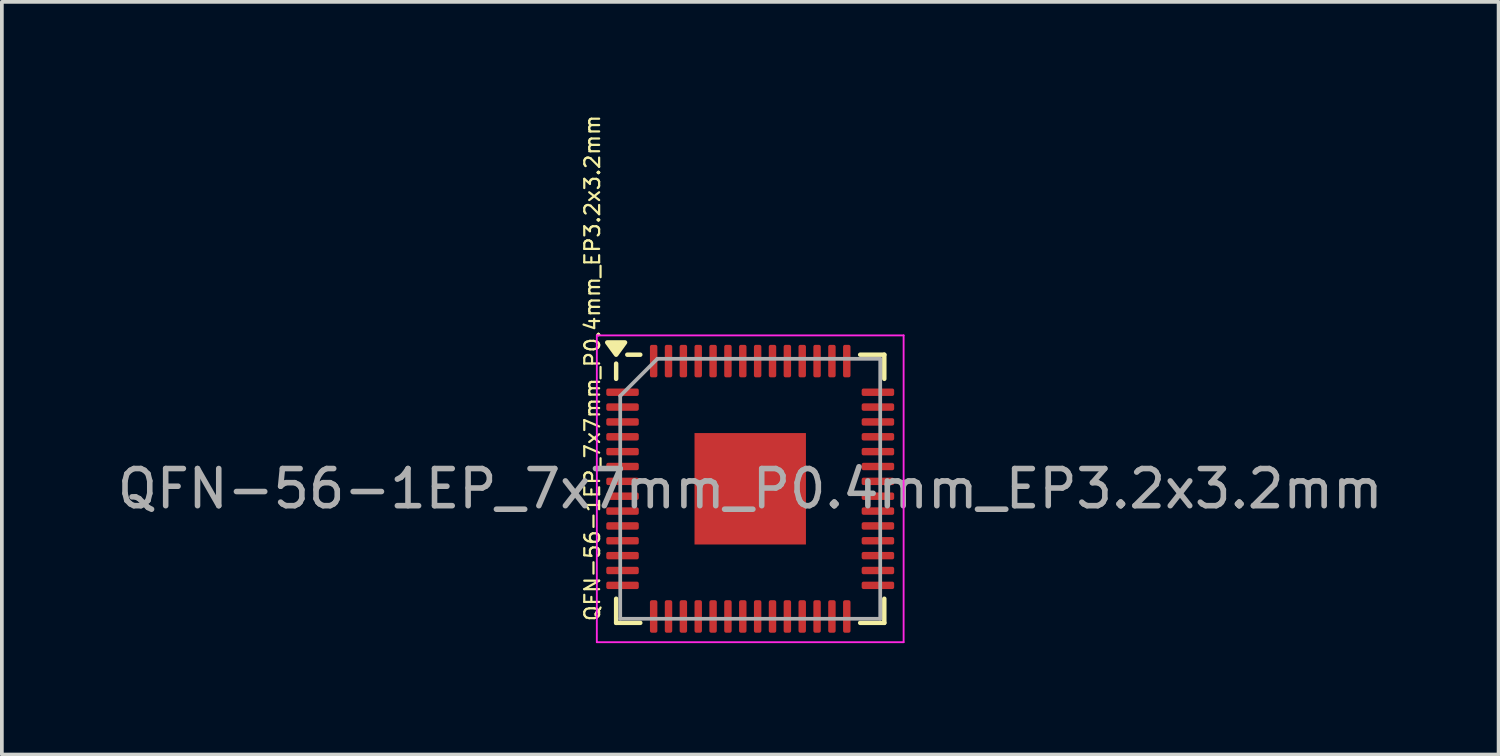
<source format=kicad_pcb>
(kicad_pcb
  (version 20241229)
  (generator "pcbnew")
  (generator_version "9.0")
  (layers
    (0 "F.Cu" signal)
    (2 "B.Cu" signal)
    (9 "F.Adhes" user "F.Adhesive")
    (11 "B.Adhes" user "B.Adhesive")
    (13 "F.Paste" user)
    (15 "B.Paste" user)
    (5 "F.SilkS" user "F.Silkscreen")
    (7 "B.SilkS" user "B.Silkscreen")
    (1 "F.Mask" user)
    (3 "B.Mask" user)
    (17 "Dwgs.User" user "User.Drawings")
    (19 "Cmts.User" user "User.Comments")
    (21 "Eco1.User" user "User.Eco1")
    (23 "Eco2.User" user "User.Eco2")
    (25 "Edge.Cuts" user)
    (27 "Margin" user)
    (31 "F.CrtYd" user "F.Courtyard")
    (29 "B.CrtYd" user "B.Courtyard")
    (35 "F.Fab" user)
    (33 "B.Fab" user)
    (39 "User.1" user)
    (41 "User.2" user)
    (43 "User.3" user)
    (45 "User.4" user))
  (footprint "QFN-56-1EP_7x7mm_P0.4mm_EP3.2x3.2mm"
    (layer "F.Cu")
    (at 17.149 10.11)
    (property "Reference" "QFN-56-1EP_7x7mm_P0.4mm_EP3.2x3.2mm" (at -4.25 -3.25 90) (layer "F.SilkS") (effects (font (size 0.4 0.4) (thickness 0.06))))
    (attr smd)
    (fp_line (start -3.61 -2.96) (end -3.61 -3.37) (stroke (width 0.12) (type solid)) (layer "F.SilkS"))
    (fp_line (start -3.61 3.61) (end -3.61 2.96) (stroke (width 0.12) (type solid)) (layer "F.SilkS"))
    (fp_line (start -2.96 -3.61) (end -3.31 -3.61) (stroke (width 0.12) (type solid)) (layer "F.SilkS"))
    (fp_line (start -2.96 3.61) (end -3.61 3.61) (stroke (width 0.12) (type solid)) (layer "F.SilkS"))
    (fp_line (start 2.96 -3.61) (end 3.61 -3.61) (stroke (width 0.12) (type solid)) (layer "F.SilkS"))
    (fp_line (start 2.96 3.61) (end 3.61 3.61) (stroke (width 0.12) (type solid)) (layer "F.SilkS"))
    (fp_line (start 3.61 -3.61) (end 3.61 -2.96) (stroke (width 0.12) (type solid)) (layer "F.SilkS"))
    (fp_line (start 3.61 3.61) (end 3.61 2.96) (stroke (width 0.12) (type solid)) (layer "F.SilkS"))
    (fp_poly (pts (xy -3.61 -3.61) (xy -3.85 -3.94) (xy -3.37 -3.94) (xy -3.61 -3.61)) (stroke (width 0.12) (type solid)) (fill yes) (layer "F.SilkS"))
    (fp_line (start -4.13 -4.13) (end -4.13 4.13) (stroke (width 0.05) (type solid)) (layer "F.CrtYd"))
    (fp_line (start -4.13 4.13) (end 4.13 4.13) (stroke (width 0.05) (type solid)) (layer "F.CrtYd"))
    (fp_line (start 4.13 -4.13) (end -4.13 -4.13) (stroke (width 0.05) (type solid)) (layer "F.CrtYd"))
    (fp_line (start 4.13 4.13) (end 4.13 -4.13) (stroke (width 0.05) (type solid)) (layer "F.CrtYd"))
    (fp_line (start -3.5 -2.5) (end -2.5 -3.5) (stroke (width 0.1) (type solid)) (layer "F.Fab"))
    (fp_line (start -3.5 3.5) (end -3.5 -2.5) (stroke (width 0.1) (type solid)) (layer "F.Fab"))
    (fp_line (start -2.5 -3.5) (end 3.5 -3.5) (stroke (width 0.1) (type solid)) (layer "F.Fab"))
    (fp_line (start 3.5 -3.5) (end 3.5 3.5) (stroke (width 0.1) (type solid)) (layer "F.Fab"))
    (fp_line (start 3.5 3.5) (end -3.5 3.5) (stroke (width 0.1) (type solid)) (layer "F.Fab"))
    (fp_text user "${REFERENCE}" (at 0 0 0) (layer "F.Fab") (effects (font (size 1 1) (thickness 0.15))))
    (pad "" smd roundrect (at -0.8 -0.8 180) (size 1.29 1.29) (layers "F.Paste") (roundrect_rratio 0.194))
    (pad "" smd roundrect (at -0.8 0.8 180) (size 1.29 1.29) (layers "F.Paste") (roundrect_rratio 0.194))
    (pad "" smd roundrect (at 0.8 -0.8 180) (size 1.29 1.29) (layers "F.Paste") (roundrect_rratio 0.194))
    (pad "" smd roundrect (at 0.8 0.8 180) (size 1.29 1.29) (layers "F.Paste") (roundrect_rratio 0.194))
    (pad "1" smd roundrect (at -3.438 -2.6 180) (size 0.875 0.2) (layers "F.Cu" "F.Mask" "F.Paste") (roundrect_rratio 0.25))
    (pad "2" smd roundrect (at -3.438 -2.2 180) (size 0.875 0.2) (layers "F.Cu" "F.Mask" "F.Paste") (roundrect_rratio 0.25))
    (pad "3" smd roundrect (at -3.438 -1.8 180) (size 0.875 0.2) (layers "F.Cu" "F.Mask" "F.Paste") (roundrect_rratio 0.25))
    (pad "4" smd roundrect (at -3.438 -1.4 180) (size 0.875 0.2) (layers "F.Cu" "F.Mask" "F.Paste") (roundrect_rratio 0.25))
    (pad "5" smd roundrect (at -3.438 -1 180) (size 0.875 0.2) (layers "F.Cu" "F.Mask" "F.Paste") (roundrect_rratio 0.25))
    (pad "6" smd roundrect (at -3.438 -0.6 180) (size 0.875 0.2) (layers "F.Cu" "F.Mask" "F.Paste") (roundrect_rratio 0.25))
    (pad "7" smd roundrect (at -3.438 -0.2 180) (size 0.875 0.2) (layers "F.Cu" "F.Mask" "F.Paste") (roundrect_rratio 0.25))
    (pad "8" smd roundrect (at -3.438 0.2 180) (size 0.875 0.2) (layers "F.Cu" "F.Mask" "F.Paste") (roundrect_rratio 0.25))
    (pad "9" smd roundrect (at -3.438 0.6 180) (size 0.875 0.2) (layers "F.Cu" "F.Mask" "F.Paste") (roundrect_rratio 0.25))
    (pad "10" smd roundrect (at -3.438 1 180) (size 0.875 0.2) (layers "F.Cu" "F.Mask" "F.Paste") (roundrect_rratio 0.25))
    (pad "11" smd roundrect (at -3.438 1.4 180) (size 0.875 0.2) (layers "F.Cu" "F.Mask" "F.Paste") (roundrect_rratio 0.25))
    (pad "12" smd roundrect (at -3.438 1.8 180) (size 0.875 0.2) (layers "F.Cu" "F.Mask" "F.Paste") (roundrect_rratio 0.25))
    (pad "13" smd roundrect (at -3.438 2.2 180) (size 0.875 0.2) (layers "F.Cu" "F.Mask" "F.Paste") (roundrect_rratio 0.25))
    (pad "14" smd roundrect (at -3.438 2.6 180) (size 0.875 0.2) (layers "F.Cu" "F.Mask" "F.Paste") (roundrect_rratio 0.25))
    (pad "15" smd roundrect (at -2.6 3.438 180) (size 0.2 0.875) (layers "F.Cu" "F.Mask" "F.Paste") (roundrect_rratio 0.25))
    (pad "16" smd roundrect (at -2.2 3.438 180) (size 0.2 0.875) (layers "F.Cu" "F.Mask" "F.Paste") (roundrect_rratio 0.25))
    (pad "17" smd roundrect (at -1.8 3.438 180) (size 0.2 0.875) (layers "F.Cu" "F.Mask" "F.Paste") (roundrect_rratio 0.25))
    (pad "18" smd roundrect (at -1.4 3.438 180) (size 0.2 0.875) (layers "F.Cu" "F.Mask" "F.Paste") (roundrect_rratio 0.25))
    (pad "19" smd roundrect (at -1 3.438 180) (size 0.2 0.875) (layers "F.Cu" "F.Mask" "F.Paste") (roundrect_rratio 0.25))
    (pad "20" smd roundrect (at -0.6 3.438 180) (size 0.2 0.875) (layers "F.Cu" "F.Mask" "F.Paste") (roundrect_rratio 0.25))
    (pad "21" smd roundrect (at -0.2 3.438 180) (size 0.2 0.875) (layers "F.Cu" "F.Mask" "F.Paste") (roundrect_rratio 0.25))
    (pad "22" smd roundrect (at 0.2 3.438 180) (size 0.2 0.875) (layers "F.Cu" "F.Mask" "F.Paste") (roundrect_rratio 0.25))
    (pad "23" smd roundrect (at 0.6 3.438 180) (size 0.2 0.875) (layers "F.Cu" "F.Mask" "F.Paste") (roundrect_rratio 0.25))
    (pad "24" smd roundrect (at 1 3.438 180) (size 0.2 0.875) (layers "F.Cu" "F.Mask" "F.Paste") (roundrect_rratio 0.25))
    (pad "25" smd roundrect (at 1.4 3.438 180) (size 0.2 0.875) (layers "F.Cu" "F.Mask" "F.Paste") (roundrect_rratio 0.25))
    (pad "26" smd roundrect (at 1.8 3.438 180) (size 0.2 0.875) (layers "F.Cu" "F.Mask" "F.Paste") (roundrect_rratio 0.25))
    (pad "27" smd roundrect (at 2.2 3.438 180) (size 0.2 0.875) (layers "F.Cu" "F.Mask" "F.Paste") (roundrect_rratio 0.25))
    (pad "28" smd roundrect (at 2.6 3.438 180) (size 0.2 0.875) (layers "F.Cu" "F.Mask" "F.Paste") (roundrect_rratio 0.25))
    (pad "29" smd roundrect (at 3.438 2.6 180) (size 0.875 0.2) (layers "F.Cu" "F.Mask" "F.Paste") (roundrect_rratio 0.25))
    (pad "30" smd roundrect (at 3.438 2.2 180) (size 0.875 0.2) (layers "F.Cu" "F.Mask" "F.Paste") (roundrect_rratio 0.25))
    (pad "31" smd roundrect (at 3.438 1.8 180) (size 0.875 0.2) (layers "F.Cu" "F.Mask" "F.Paste") (roundrect_rratio 0.25))
    (pad "32" smd roundrect (at 3.438 1.4 180) (size 0.875 0.2) (layers "F.Cu" "F.Mask" "F.Paste") (roundrect_rratio 0.25))
    (pad "33" smd roundrect (at 3.438 1 180) (size 0.875 0.2) (layers "F.Cu" "F.Mask" "F.Paste") (roundrect_rratio 0.25))
    (pad "34" smd roundrect (at 3.438 0.6 180) (size 0.875 0.2) (layers "F.Cu" "F.Mask" "F.Paste") (roundrect_rratio 0.25))
    (pad "35" smd roundrect (at 3.438 0.2 180) (size 0.875 0.2) (layers "F.Cu" "F.Mask" "F.Paste") (roundrect_rratio 0.25))
    (pad "36" smd roundrect (at 3.438 -0.2 180) (size 0.875 0.2) (layers "F.Cu" "F.Mask" "F.Paste") (roundrect_rratio 0.25))
    (pad "37" smd roundrect (at 3.438 -0.6 180) (size 0.875 0.2) (layers "F.Cu" "F.Mask" "F.Paste") (roundrect_rratio 0.25))
    (pad "38" smd roundrect (at 3.438 -1 180) (size 0.875 0.2) (layers "F.Cu" "F.Mask" "F.Paste") (roundrect_rratio 0.25))
    (pad "39" smd roundrect (at 3.438 -1.4 180) (size 0.875 0.2) (layers "F.Cu" "F.Mask" "F.Paste") (roundrect_rratio 0.25))
    (pad "40" smd roundrect (at 3.438 -1.8 180) (size 0.875 0.2) (layers "F.Cu" "F.Mask" "F.Paste") (roundrect_rratio 0.25))
    (pad "41" smd roundrect (at 3.438 -2.2 180) (size 0.875 0.2) (layers "F.Cu" "F.Mask" "F.Paste") (roundrect_rratio 0.25))
    (pad "42" smd roundrect (at 3.438 -2.6 180) (size 0.875 0.2) (layers "F.Cu" "F.Mask" "F.Paste") (roundrect_rratio 0.25))
    (pad "43" smd roundrect (at 2.6 -3.438 180) (size 0.2 0.875) (layers "F.Cu" "F.Mask" "F.Paste") (roundrect_rratio 0.25))
    (pad "44" smd roundrect (at 2.2 -3.438 180) (size 0.2 0.875) (layers "F.Cu" "F.Mask" "F.Paste") (roundrect_rratio 0.25))
    (pad "45" smd roundrect (at 1.8 -3.438 180) (size 0.2 0.875) (layers "F.Cu" "F.Mask" "F.Paste") (roundrect_rratio 0.25))
    (pad "46" smd roundrect (at 1.4 -3.438 180) (size 0.2 0.875) (layers "F.Cu" "F.Mask" "F.Paste") (roundrect_rratio 0.25))
    (pad "47" smd roundrect (at 1 -3.438 180) (size 0.2 0.875) (layers "F.Cu" "F.Mask" "F.Paste") (roundrect_rratio 0.25))
    (pad "48" smd roundrect (at 0.6 -3.438 180) (size 0.2 0.875) (layers "F.Cu" "F.Mask" "F.Paste") (roundrect_rratio 0.25))
    (pad "49" smd roundrect (at 0.2 -3.438 180) (size 0.2 0.875) (layers "F.Cu" "F.Mask" "F.Paste") (roundrect_rratio 0.25))
    (pad "50" smd roundrect (at -0.2 -3.438 180) (size 0.2 0.875) (layers "F.Cu" "F.Mask" "F.Paste") (roundrect_rratio 0.25))
    (pad "51" smd roundrect (at -0.6 -3.438 180) (size 0.2 0.875) (layers "F.Cu" "F.Mask" "F.Paste") (roundrect_rratio 0.25))
    (pad "52" smd roundrect (at -1 -3.438 180) (size 0.2 0.875) (layers "F.Cu" "F.Mask" "F.Paste") (roundrect_rratio 0.25))
    (pad "53" smd roundrect (at -1.4 -3.438 180) (size 0.2 0.875) (layers "F.Cu" "F.Mask" "F.Paste") (roundrect_rratio 0.25))
    (pad "54" smd roundrect (at -1.8 -3.438 180) (size 0.2 0.875) (layers "F.Cu" "F.Mask" "F.Paste") (roundrect_rratio 0.25))
    (pad "55" smd roundrect (at -2.2 -3.438 180) (size 0.2 0.875) (layers "F.Cu" "F.Mask" "F.Paste") (roundrect_rratio 0.25))
    (pad "56" smd roundrect (at -2.6 -3.438 180) (size 0.2 0.875) (layers "F.Cu" "F.Mask" "F.Paste") (roundrect_rratio 0.25))
    (pad "57" smd rect (at 0 0 180) (size 3 3) (property pad_prop_heatsink) (layers "F.Cu" "F.Mask")))
  (gr_rect
    (start -3 -3)
    (end 37.298 17.265)
    (stroke (width 0.1) (type default))
    (fill no)
    (layer "Edge.Cuts")))
</source>
